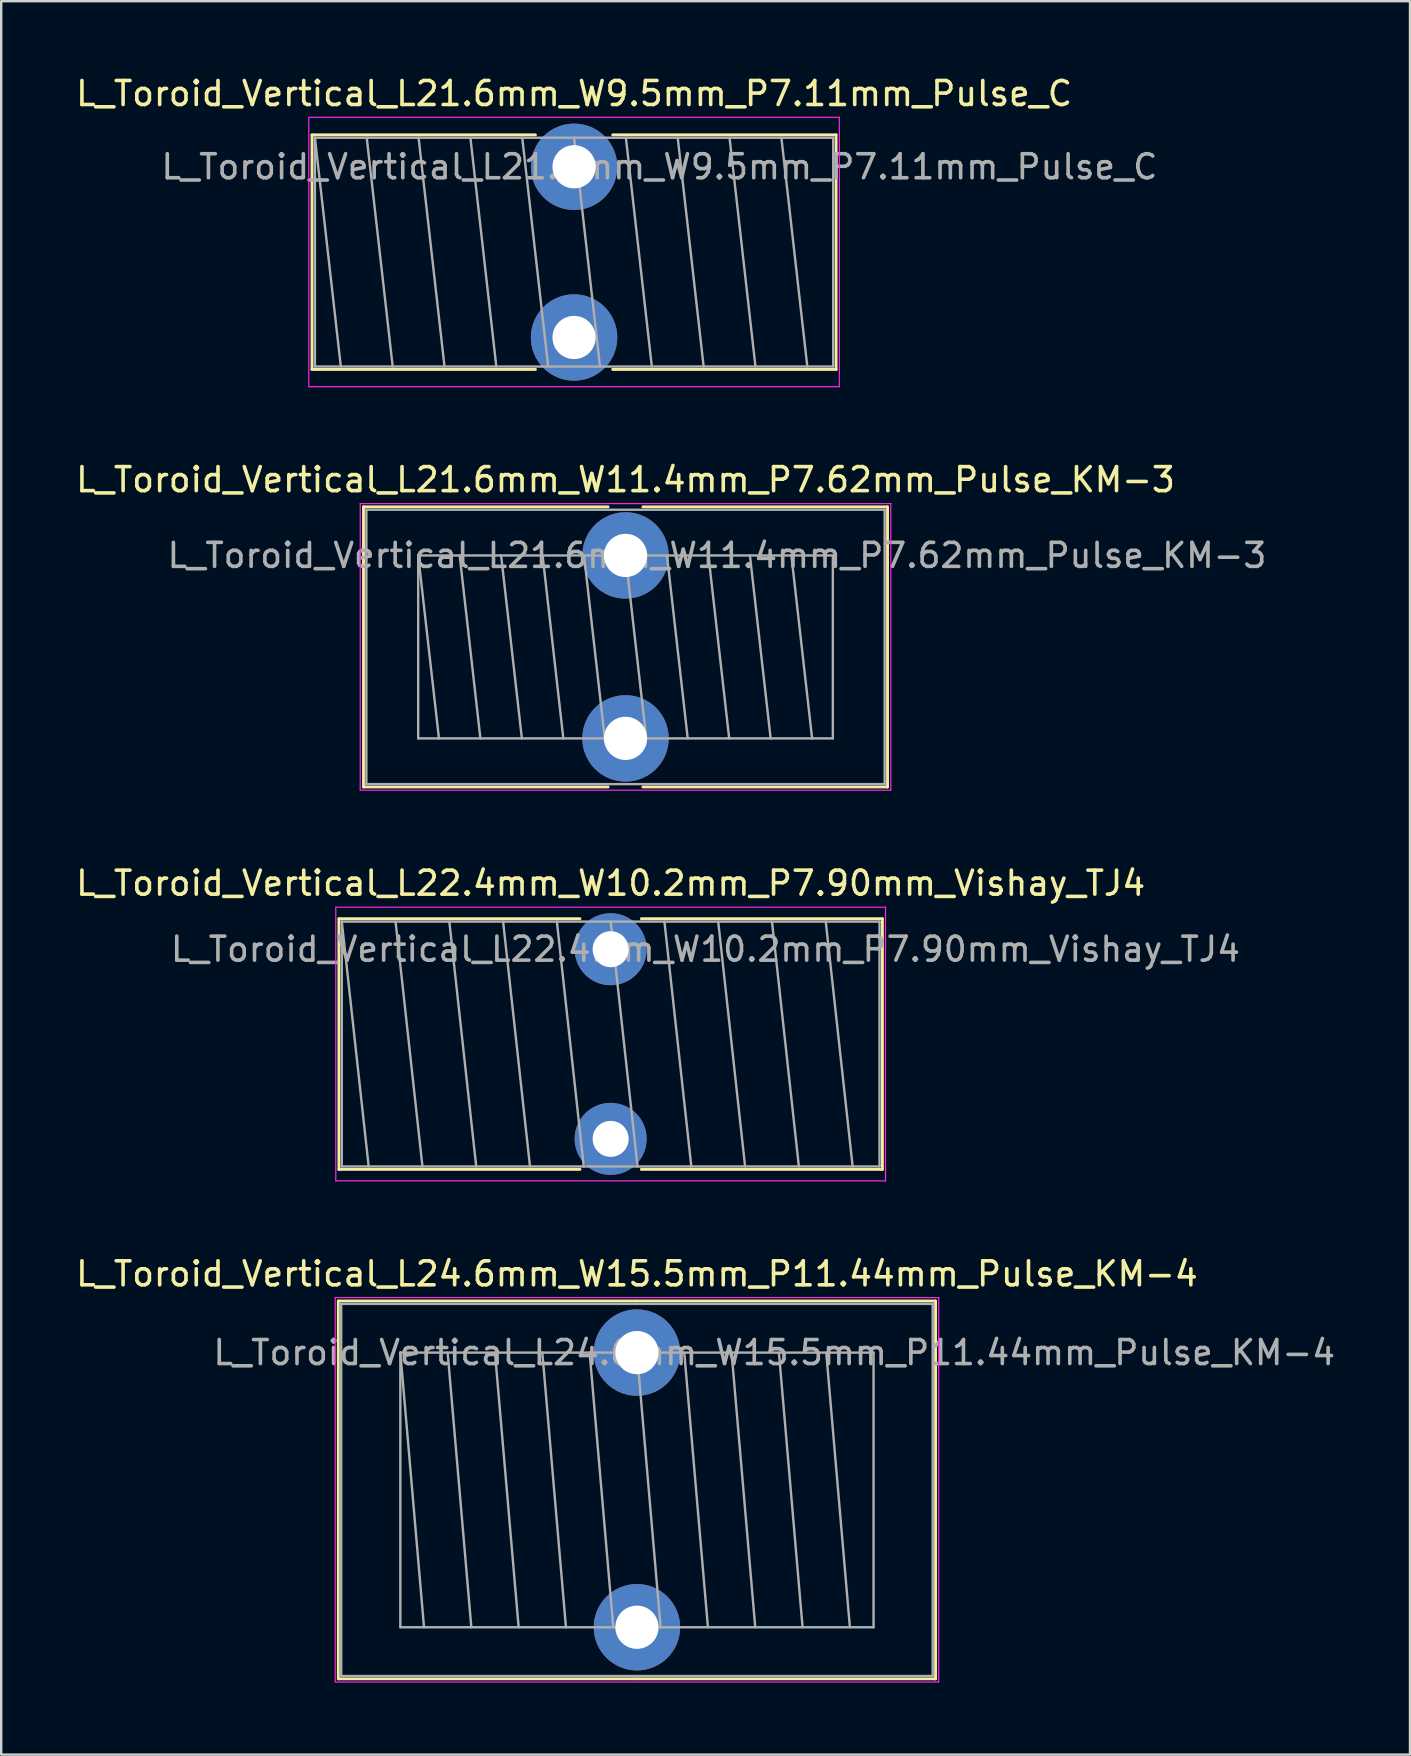
<source format=kicad_pcb>
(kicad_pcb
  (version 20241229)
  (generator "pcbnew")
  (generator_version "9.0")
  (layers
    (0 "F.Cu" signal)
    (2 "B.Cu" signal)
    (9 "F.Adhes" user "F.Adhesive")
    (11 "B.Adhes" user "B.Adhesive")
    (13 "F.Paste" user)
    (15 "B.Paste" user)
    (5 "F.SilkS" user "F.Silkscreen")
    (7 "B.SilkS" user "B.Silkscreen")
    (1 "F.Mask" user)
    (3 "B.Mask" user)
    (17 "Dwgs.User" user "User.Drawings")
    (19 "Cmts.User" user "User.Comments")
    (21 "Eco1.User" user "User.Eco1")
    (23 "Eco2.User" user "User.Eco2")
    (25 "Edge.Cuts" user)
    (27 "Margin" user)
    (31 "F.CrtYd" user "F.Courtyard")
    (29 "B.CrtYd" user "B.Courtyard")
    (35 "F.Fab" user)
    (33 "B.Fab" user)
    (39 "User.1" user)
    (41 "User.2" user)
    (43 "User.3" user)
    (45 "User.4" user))
  (footprint "L_Toroid_Vertical_L21.6mm_W11.4mm_P7.62mm_Pulse_KM-3"
    (layer "F.Cu")
    (at 23.006 20.087)
    (property "Reference" "L_Toroid_Vertical_L21.6mm_W11.4mm_P7.62mm_Pulse_KM-3" (at 0 -3.155 0) (layer "F.SilkS") (effects (font (size 1 1) (thickness 0.15))))
    (attr through_hole)
    (fp_line (start -10.915 -2.025) (end -10.915 9.645) (stroke (width 0.12) (type solid)) (layer "F.SilkS"))
    (fp_line (start -10.915 -2.025) (end -0.725 -2.025) (stroke (width 0.12) (type solid)) (layer "F.SilkS"))
    (fp_line (start -10.915 9.645) (end -0.725 9.645) (stroke (width 0.12) (type solid)) (layer "F.SilkS"))
    (fp_line (start 0.725 -2.025) (end 10.915 -2.025) (stroke (width 0.12) (type solid)) (layer "F.SilkS"))
    (fp_line (start 0.725 9.645) (end 10.915 9.645) (stroke (width 0.12) (type solid)) (layer "F.SilkS"))
    (fp_line (start 10.915 -2.025) (end 10.915 9.645) (stroke (width 0.12) (type solid)) (layer "F.SilkS"))
    (fp_line (start -11.05 -2.16) (end -11.05 9.78) (stroke (width 0.05) (type solid)) (layer "F.CrtYd"))
    (fp_line (start -11.05 9.78) (end 11.05 9.78) (stroke (width 0.05) (type solid)) (layer "F.CrtYd"))
    (fp_line (start 11.05 -2.16) (end -11.05 -2.16) (stroke (width 0.05) (type solid)) (layer "F.CrtYd"))
    (fp_line (start 11.05 9.78) (end 11.05 -2.16) (stroke (width 0.05) (type solid)) (layer "F.CrtYd"))
    (fp_line (start -10.795 -1.905) (end -10.795 9.525) (stroke (width 0.1) (type solid)) (layer "F.Fab"))
    (fp_line (start -10.795 9.525) (end 10.795 9.525) (stroke (width 0.1) (type solid)) (layer "F.Fab"))
    (fp_line (start -8.636 0) (end -8.636 7.62) (stroke (width 0.1) (type solid)) (layer "F.Fab"))
    (fp_line (start -8.636 0) (end -7.772 7.62) (stroke (width 0.1) (type solid)) (layer "F.Fab"))
    (fp_line (start -8.636 7.62) (end 8.636 7.62) (stroke (width 0.1) (type solid)) (layer "F.Fab"))
    (fp_line (start -6.909 0) (end -6.045 7.62) (stroke (width 0.1) (type solid)) (layer "F.Fab"))
    (fp_line (start -5.182 0) (end -4.318 7.62) (stroke (width 0.1) (type solid)) (layer "F.Fab"))
    (fp_line (start -3.454 0) (end -2.591 7.62) (stroke (width 0.1) (type solid)) (layer "F.Fab"))
    (fp_line (start -1.727 0) (end -0.864 7.62) (stroke (width 0.1) (type solid)) (layer "F.Fab"))
    (fp_line (start 0 0) (end 0.864 7.62) (stroke (width 0.1) (type solid)) (layer "F.Fab"))
    (fp_line (start 1.727 0) (end 2.591 7.62) (stroke (width 0.1) (type solid)) (layer "F.Fab"))
    (fp_line (start 3.454 0) (end 4.318 7.62) (stroke (width 0.1) (type solid)) (layer "F.Fab"))
    (fp_line (start 5.182 0) (end 6.045 7.62) (stroke (width 0.1) (type solid)) (layer "F.Fab"))
    (fp_line (start 6.909 0) (end 7.772 7.62) (stroke (width 0.1) (type solid)) (layer "F.Fab"))
    (fp_line (start 8.636 0) (end -8.636 0) (stroke (width 0.1) (type solid)) (layer "F.Fab"))
    (fp_line (start 8.636 7.62) (end 8.636 0) (stroke (width 0.1) (type solid)) (layer "F.Fab"))
    (fp_line (start 10.795 -1.905) (end -10.795 -1.905) (stroke (width 0.1) (type solid)) (layer "F.Fab"))
    (fp_line (start 10.795 9.525) (end 10.795 -1.905) (stroke (width 0.1) (type solid)) (layer "F.Fab"))
    (fp_text user "${REFERENCE}" (at 3.81 0 0) (layer "F.Fab") (effects (font (size 1 1) (thickness 0.15))))
    (pad "1" thru_hole circle (at 0 0) (size 3.6 3.6) (drill 1.8) (layers "*.Cu" "*.Mask"))
    (pad "2" thru_hole circle (at 0 7.62) (size 3.6 3.6) (drill 1.8) (layers "*.Cu" "*.Mask")))
  (footprint "L_Toroid_Vertical_L24.6mm_W15.5mm_P11.44mm_Pulse_KM-4"
    (layer "F.Cu")
    (at 23.482 53.293)
    (property "Reference" "L_Toroid_Vertical_L24.6mm_W15.5mm_P11.44mm_Pulse_KM-4" (at 0 -3.28 0) (layer "F.SilkS") (effects (font (size 1 1) (thickness 0.15))))
    (attr through_hole)
    (fp_line (start -12.44 -2.15) (end -12.44 13.59) (stroke (width 0.12) (type solid)) (layer "F.SilkS"))
    (fp_line (start -12.44 -2.15) (end -0.016 -2.15) (stroke (width 0.12) (type solid)) (layer "F.SilkS"))
    (fp_line (start -12.44 13.59) (end -0.016 13.59) (stroke (width 0.12) (type solid)) (layer "F.SilkS"))
    (fp_line (start 0.016 -2.15) (end 12.44 -2.15) (stroke (width 0.12) (type solid)) (layer "F.SilkS"))
    (fp_line (start 0.016 13.59) (end 12.44 13.59) (stroke (width 0.12) (type solid)) (layer "F.SilkS"))
    (fp_line (start 12.44 -2.15) (end 12.44 13.59) (stroke (width 0.12) (type solid)) (layer "F.SilkS"))
    (fp_line (start -12.57 -2.29) (end -12.57 13.72) (stroke (width 0.05) (type solid)) (layer "F.CrtYd"))
    (fp_line (start -12.57 13.72) (end 12.57 13.72) (stroke (width 0.05) (type solid)) (layer "F.CrtYd"))
    (fp_line (start 12.57 -2.29) (end -12.57 -2.29) (stroke (width 0.05) (type solid)) (layer "F.CrtYd"))
    (fp_line (start 12.57 13.72) (end 12.57 -2.29) (stroke (width 0.05) (type solid)) (layer "F.CrtYd"))
    (fp_line (start -12.32 -2.03) (end -12.32 13.47) (stroke (width 0.1) (type solid)) (layer "F.Fab"))
    (fp_line (start -12.32 13.47) (end 12.32 13.47) (stroke (width 0.1) (type solid)) (layer "F.Fab"))
    (fp_line (start -9.856 0) (end -9.856 11.44) (stroke (width 0.1) (type solid)) (layer "F.Fab"))
    (fp_line (start -9.856 0) (end -8.87 11.44) (stroke (width 0.1) (type solid)) (layer "F.Fab"))
    (fp_line (start -9.856 11.44) (end 9.856 11.44) (stroke (width 0.1) (type solid)) (layer "F.Fab"))
    (fp_line (start -7.885 0) (end -6.899 11.44) (stroke (width 0.1) (type solid)) (layer "F.Fab"))
    (fp_line (start -5.914 0) (end -4.928 11.44) (stroke (width 0.1) (type solid)) (layer "F.Fab"))
    (fp_line (start -3.942 0) (end -2.957 11.44) (stroke (width 0.1) (type solid)) (layer "F.Fab"))
    (fp_line (start -1.971 0) (end -0.986 11.44) (stroke (width 0.1) (type solid)) (layer "F.Fab"))
    (fp_line (start 0 0) (end 0.986 11.44) (stroke (width 0.1) (type solid)) (layer "F.Fab"))
    (fp_line (start 1.971 0) (end 2.957 11.44) (stroke (width 0.1) (type solid)) (layer "F.Fab"))
    (fp_line (start 3.942 0) (end 4.928 11.44) (stroke (width 0.1) (type solid)) (layer "F.Fab"))
    (fp_line (start 5.914 0) (end 6.899 11.44) (stroke (width 0.1) (type solid)) (layer "F.Fab"))
    (fp_line (start 7.885 0) (end 8.87 11.44) (stroke (width 0.1) (type solid)) (layer "F.Fab"))
    (fp_line (start 9.856 0) (end -9.856 0) (stroke (width 0.1) (type solid)) (layer "F.Fab"))
    (fp_line (start 9.856 11.44) (end 9.856 0) (stroke (width 0.1) (type solid)) (layer "F.Fab"))
    (fp_line (start 12.32 -2.03) (end -12.32 -2.03) (stroke (width 0.1) (type solid)) (layer "F.Fab"))
    (fp_line (start 12.32 13.47) (end 12.32 -2.03) (stroke (width 0.1) (type solid)) (layer "F.Fab"))
    (fp_text user "${REFERENCE}" (at 5.72 0 0) (layer "F.Fab") (effects (font (size 1 1) (thickness 0.15))))
    (pad "1" thru_hole circle (at 0 0) (size 3.6 3.6) (drill 1.8) (layers "*.Cu" "*.Mask"))
    (pad "2" thru_hole circle (at 0 11.44) (size 3.6 3.6) (drill 1.8) (layers "*.Cu" "*.Mask")))
  (footprint "L_Toroid_Vertical_L22.4mm_W10.2mm_P7.90mm_Vishay_TJ4"
    (layer "F.Cu")
    (at 22.387 36.49)
    (property "Reference" "L_Toroid_Vertical_L22.4mm_W10.2mm_P7.90mm_Vishay_TJ4" (at 0 -2.75 0) (layer "F.SilkS") (effects (font (size 1 1) (thickness 0.15))))
    (attr through_hole)
    (fp_line (start -11.32 -1.27) (end -11.32 9.17) (stroke (width 0.12) (type solid)) (layer "F.SilkS"))
    (fp_line (start -11.32 -1.27) (end -1.279 -1.27) (stroke (width 0.12) (type solid)) (layer "F.SilkS"))
    (fp_line (start -11.32 9.17) (end -1.279 9.17) (stroke (width 0.12) (type solid)) (layer "F.SilkS"))
    (fp_line (start 1.279 -1.27) (end 11.32 -1.27) (stroke (width 0.12) (type solid)) (layer "F.SilkS"))
    (fp_line (start 1.279 9.17) (end 11.32 9.17) (stroke (width 0.12) (type solid)) (layer "F.SilkS"))
    (fp_line (start 11.32 -1.27) (end 11.32 9.17) (stroke (width 0.12) (type solid)) (layer "F.SilkS"))
    (fp_line (start -11.45 -1.75) (end -11.45 9.65) (stroke (width 0.05) (type solid)) (layer "F.CrtYd"))
    (fp_line (start -11.45 9.65) (end 11.45 9.65) (stroke (width 0.05) (type solid)) (layer "F.CrtYd"))
    (fp_line (start 11.45 -1.75) (end -11.45 -1.75) (stroke (width 0.05) (type solid)) (layer "F.CrtYd"))
    (fp_line (start 11.45 9.65) (end 11.45 -1.75) (stroke (width 0.05) (type solid)) (layer "F.CrtYd"))
    (fp_line (start -11.2 -1.15) (end -11.2 9.05) (stroke (width 0.1) (type solid)) (layer "F.Fab"))
    (fp_line (start -11.2 -1.15) (end -10.08 9.05) (stroke (width 0.1) (type solid)) (layer "F.Fab"))
    (fp_line (start -11.2 9.05) (end 11.2 9.05) (stroke (width 0.1) (type solid)) (layer "F.Fab"))
    (fp_line (start -8.96 -1.15) (end -7.84 9.05) (stroke (width 0.1) (type solid)) (layer "F.Fab"))
    (fp_line (start -6.72 -1.15) (end -5.6 9.05) (stroke (width 0.1) (type solid)) (layer "F.Fab"))
    (fp_line (start -4.48 -1.15) (end -3.36 9.05) (stroke (width 0.1) (type solid)) (layer "F.Fab"))
    (fp_line (start -2.24 -1.15) (end -1.12 9.05) (stroke (width 0.1) (type solid)) (layer "F.Fab"))
    (fp_line (start 0 -1.15) (end 1.12 9.05) (stroke (width 0.1) (type solid)) (layer "F.Fab"))
    (fp_line (start 2.24 -1.15) (end 3.36 9.05) (stroke (width 0.1) (type solid)) (layer "F.Fab"))
    (fp_line (start 4.48 -1.15) (end 5.6 9.05) (stroke (width 0.1) (type solid)) (layer "F.Fab"))
    (fp_line (start 6.72 -1.15) (end 7.84 9.05) (stroke (width 0.1) (type solid)) (layer "F.Fab"))
    (fp_line (start 8.96 -1.15) (end 10.08 9.05) (stroke (width 0.1) (type solid)) (layer "F.Fab"))
    (fp_line (start 11.2 -1.15) (end -11.2 -1.15) (stroke (width 0.1) (type solid)) (layer "F.Fab"))
    (fp_line (start 11.2 9.05) (end 11.2 -1.15) (stroke (width 0.1) (type solid)) (layer "F.Fab"))
    (fp_text user "${REFERENCE}" (at 3.95 0 0) (layer "F.Fab") (effects (font (size 1 1) (thickness 0.15))))
    (pad "1" thru_hole circle (at 0 0) (size 3 3) (drill 1.5) (layers "*.Cu" "*.Mask"))
    (pad "2" thru_hole circle (at 0 7.9) (size 3 3) (drill 1.5) (layers "*.Cu" "*.Mask")))
  (footprint "L_Toroid_Vertical_L21.6mm_W9.5mm_P7.11mm_Pulse_C"
    (layer "F.Cu")
    (at 20.863 3.898)
    (property "Reference" "L_Toroid_Vertical_L21.6mm_W9.5mm_P7.11mm_Pulse_C" (at 0 -3.05 0) (layer "F.SilkS") (effects (font (size 1 1) (thickness 0.15))))
    (attr through_hole)
    (fp_line (start -10.915 -1.33) (end -10.915 8.44) (stroke (width 0.12) (type solid)) (layer "F.SilkS"))
    (fp_line (start -10.915 -1.33) (end -1.608 -1.33) (stroke (width 0.12) (type solid)) (layer "F.SilkS"))
    (fp_line (start -10.915 8.44) (end -1.608 8.44) (stroke (width 0.12) (type solid)) (layer "F.SilkS"))
    (fp_line (start 1.608 -1.33) (end 10.915 -1.33) (stroke (width 0.12) (type solid)) (layer "F.SilkS"))
    (fp_line (start 1.608 8.44) (end 10.915 8.44) (stroke (width 0.12) (type solid)) (layer "F.SilkS"))
    (fp_line (start 10.915 -1.33) (end 10.915 8.44) (stroke (width 0.12) (type solid)) (layer "F.SilkS"))
    (fp_line (start -11.05 -2.06) (end -11.05 9.16) (stroke (width 0.05) (type solid)) (layer "F.CrtYd"))
    (fp_line (start -11.05 9.16) (end 11.05 9.16) (stroke (width 0.05) (type solid)) (layer "F.CrtYd"))
    (fp_line (start 11.05 -2.06) (end -11.05 -2.06) (stroke (width 0.05) (type solid)) (layer "F.CrtYd"))
    (fp_line (start 11.05 9.16) (end 11.05 -2.06) (stroke (width 0.05) (type solid)) (layer "F.CrtYd"))
    (fp_line (start -10.795 -1.21) (end -10.795 8.32) (stroke (width 0.1) (type solid)) (layer "F.Fab"))
    (fp_line (start -10.795 -1.21) (end -9.716 8.32) (stroke (width 0.1) (type solid)) (layer "F.Fab"))
    (fp_line (start -10.795 8.32) (end 10.795 8.32) (stroke (width 0.1) (type solid)) (layer "F.Fab"))
    (fp_line (start -8.636 -1.21) (end -7.556 8.32) (stroke (width 0.1) (type solid)) (layer "F.Fab"))
    (fp_line (start -6.477 -1.21) (end -5.397 8.32) (stroke (width 0.1) (type solid)) (layer "F.Fab"))
    (fp_line (start -4.318 -1.21) (end -3.239 8.32) (stroke (width 0.1) (type solid)) (layer "F.Fab"))
    (fp_line (start -2.159 -1.21) (end -1.079 8.32) (stroke (width 0.1) (type solid)) (layer "F.Fab"))
    (fp_line (start 0 -1.21) (end 1.079 8.32) (stroke (width 0.1) (type solid)) (layer "F.Fab"))
    (fp_line (start 2.159 -1.21) (end 3.239 8.32) (stroke (width 0.1) (type solid)) (layer "F.Fab"))
    (fp_line (start 4.318 -1.21) (end 5.397 8.32) (stroke (width 0.1) (type solid)) (layer "F.Fab"))
    (fp_line (start 6.477 -1.21) (end 7.556 8.32) (stroke (width 0.1) (type solid)) (layer "F.Fab"))
    (fp_line (start 8.636 -1.21) (end 9.716 8.32) (stroke (width 0.1) (type solid)) (layer "F.Fab"))
    (fp_line (start 10.795 -1.21) (end -10.795 -1.21) (stroke (width 0.1) (type solid)) (layer "F.Fab"))
    (fp_line (start 10.795 8.32) (end 10.795 -1.21) (stroke (width 0.1) (type solid)) (layer "F.Fab"))
    (fp_text user "${REFERENCE}" (at 3.555 0 0) (layer "F.Fab") (effects (font (size 1 1) (thickness 0.15))))
    (pad "1" thru_hole circle (at 0 0) (size 3.6 3.6) (drill 1.8) (layers "*.Cu" "*.Mask"))
    (pad "2" thru_hole circle (at 0 7.11) (size 3.6 3.6) (drill 1.8) (layers "*.Cu" "*.Mask")))
  (gr_rect
    (start -3 -3)
    (end 55.684 70.038)
    (stroke (width 0.1) (type default))
    (fill no)
    (layer "Edge.Cuts")))
</source>
